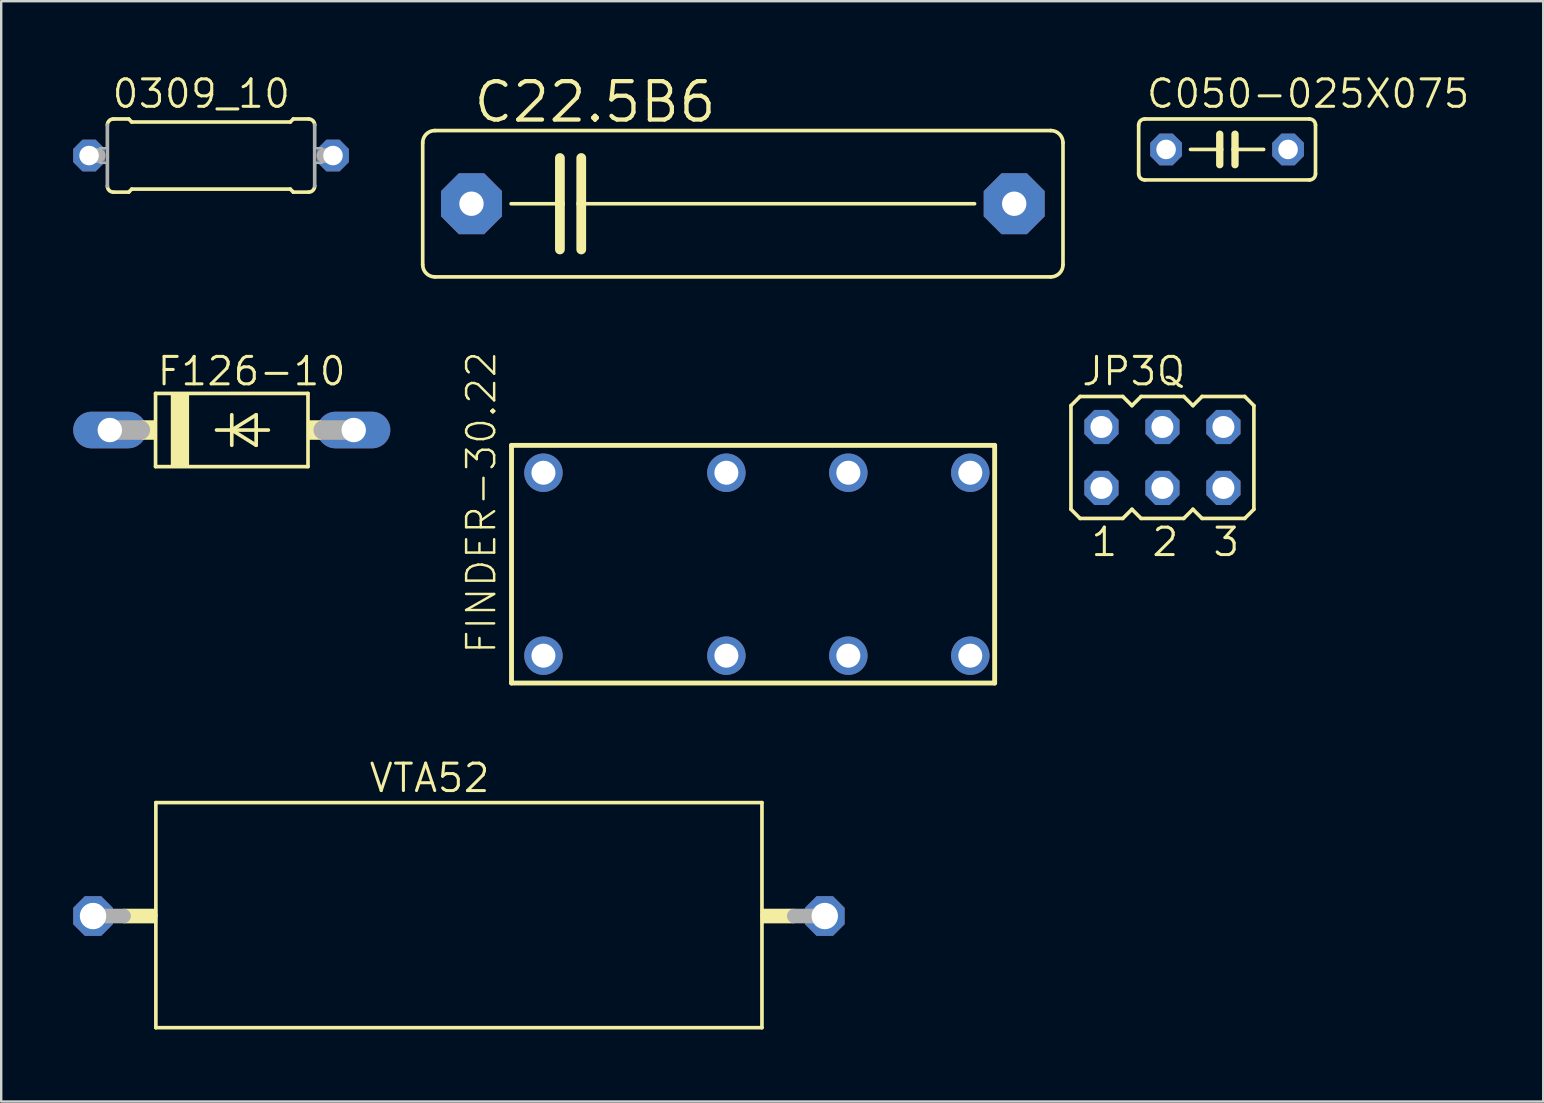
<source format=kicad_pcb>
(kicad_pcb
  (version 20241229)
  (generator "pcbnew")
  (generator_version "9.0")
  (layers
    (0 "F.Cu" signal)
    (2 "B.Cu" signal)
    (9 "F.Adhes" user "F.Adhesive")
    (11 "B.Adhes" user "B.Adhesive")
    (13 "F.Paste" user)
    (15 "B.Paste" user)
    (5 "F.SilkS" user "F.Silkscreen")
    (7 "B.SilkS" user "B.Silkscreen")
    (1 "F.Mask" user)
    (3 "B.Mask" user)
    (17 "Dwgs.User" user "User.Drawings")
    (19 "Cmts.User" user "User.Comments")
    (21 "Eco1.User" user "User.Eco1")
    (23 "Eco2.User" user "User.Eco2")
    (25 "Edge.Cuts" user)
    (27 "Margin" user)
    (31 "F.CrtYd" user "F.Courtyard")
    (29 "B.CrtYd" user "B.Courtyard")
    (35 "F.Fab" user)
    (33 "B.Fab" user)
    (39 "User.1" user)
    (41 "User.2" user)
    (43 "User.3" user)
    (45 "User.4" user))
  (footprint "F126-10"
    (layer "F.Cu")
    (at 6.604 14.862)
    (property "Reference" "F126-10" (at -3.175 -1.778 0) (layer "F.SilkS") (effects (font (size 1.143 1.143) (thickness 0.127)) (justify left bottom)))
    (fp_line (start -3.175 -1.524) (end -3.175 1.524) (stroke (width 0.152) (type solid)) (layer "F.SilkS"))
    (fp_line (start -3.175 1.524) (end 3.175 1.524) (stroke (width 0.152) (type solid)) (layer "F.SilkS"))
    (fp_line (start -0.635 0) (end 0 0) (stroke (width 0.152) (type solid)) (layer "F.SilkS"))
    (fp_line (start 0 -0.635) (end 0 0) (stroke (width 0.152) (type solid)) (layer "F.SilkS"))
    (fp_line (start 0 0) (end 0 0.635) (stroke (width 0.152) (type solid)) (layer "F.SilkS"))
    (fp_line (start 0 0) (end 1.016 -0.635) (stroke (width 0.152) (type solid)) (layer "F.SilkS"))
    (fp_line (start 0 0) (end 1.524 0) (stroke (width 0.152) (type solid)) (layer "F.SilkS"))
    (fp_line (start 1.016 -0.635) (end 1.016 0.635) (stroke (width 0.152) (type solid)) (layer "F.SilkS"))
    (fp_line (start 1.016 0.635) (end 0 0) (stroke (width 0.152) (type solid)) (layer "F.SilkS"))
    (fp_line (start 3.175 -1.524) (end -3.175 -1.524) (stroke (width 0.152) (type solid)) (layer "F.SilkS"))
    (fp_line (start 3.175 1.524) (end 3.175 -1.524) (stroke (width 0.152) (type solid)) (layer "F.SilkS"))
    (fp_poly (pts (xy -3.734 0.406) (xy -3.175 0.406) (xy -3.175 -0.406) (xy -3.734 -0.406)) (stroke (width 0) (type solid)) (fill yes) (layer "F.SilkS"))
    (fp_poly (pts (xy -2.54 1.524) (xy -1.778 1.524) (xy -1.778 -1.524) (xy -2.54 -1.524)) (stroke (width 0) (type solid)) (fill yes) (layer "F.SilkS"))
    (fp_poly (pts (xy 3.175 0.406) (xy 3.734 0.406) (xy 3.734 -0.406) (xy 3.175 -0.406)) (stroke (width 0) (type solid)) (fill yes) (layer "F.SilkS"))
    (fp_line (start -5.08 0) (end -3.81 0) (stroke (width 0.813) (type solid)) (layer "F.Fab"))
    (fp_line (start 5.08 0) (end 3.81 0) (stroke (width 0.813) (type solid)) (layer "F.Fab"))
    (pad "A" thru_hole oval (at 5.08 0) (size 3.048 1.524) (drill 1.016) (layers "*.Cu" "*.Mask"))
    (pad "C" thru_hole oval (at -5.08 0) (size 3.048 1.524) (drill 1.016) (layers "*.Cu" "*.Mask")))
  (footprint "FINDER-30.22"
    (layer "F.Cu")
    (at 28.476 20.451)
    (property "Reference" "FINDER-30.22" (at -10.795 3.81 90) (layer "F.SilkS") (effects (font (size 1.168 1.168) (thickness 0.102)) (justify left bottom)))
    (fp_line (start -10.22 -4.95) (end 9.905 -4.95) (stroke (width 0.203) (type solid)) (layer "F.SilkS"))
    (fp_line (start -10.22 4.95) (end -10.22 -4.95) (stroke (width 0.203) (type solid)) (layer "F.SilkS"))
    (fp_line (start 9.905 -4.95) (end 9.905 4.95) (stroke (width 0.203) (type solid)) (layer "F.SilkS"))
    (fp_line (start 9.905 4.95) (end -10.22 4.95) (stroke (width 0.203) (type solid)) (layer "F.SilkS"))
    (pad "11" thru_hole circle (at -1.27 3.81) (size 1.6 1.6) (drill 1) (layers "*.Cu" "*.Mask"))
    (pad "12" thru_hole circle (at 3.81 3.81) (size 1.6 1.6) (drill 1) (layers "*.Cu" "*.Mask"))
    (pad "14" thru_hole circle (at 8.89 3.81) (size 1.6 1.6) (drill 1) (layers "*.Cu" "*.Mask"))
    (pad "21" thru_hole circle (at -1.27 -3.81) (size 1.6 1.6) (drill 1) (layers "*.Cu" "*.Mask"))
    (pad "22" thru_hole circle (at 3.81 -3.81) (size 1.6 1.6) (drill 1) (layers "*.Cu" "*.Mask"))
    (pad "24" thru_hole circle (at 8.89 -3.81) (size 1.6 1.6) (drill 1) (layers "*.Cu" "*.Mask"))
    (pad "A1" thru_hole circle (at -8.89 3.81) (size 1.6 1.6) (drill 1) (layers "*.Cu" "*.Mask"))
    (pad "A2" thru_hole circle (at -8.89 -3.81) (size 1.6 1.6) (drill 1) (layers "*.Cu" "*.Mask")))
  (footprint "C050-025X075"
    (layer "F.Cu")
    (at 48.062 3.175)
    (property "Reference" "C050-025X075" (at -3.429 -1.651 0) (layer "F.SilkS") (effects (font (size 1.143 1.143) (thickness 0.127)) (justify left bottom)))
    (fp_line (start -3.683 -1.016) (end -3.683 1.016) (stroke (width 0.152) (type solid)) (layer "F.SilkS"))
    (fp_line (start -3.429 1.27) (end 3.429 1.27) (stroke (width 0.152) (type solid)) (layer "F.SilkS"))
    (fp_line (start -0.305 -0.635) (end -0.305 0) (stroke (width 0.305) (type solid)) (layer "F.SilkS"))
    (fp_line (start -0.305 0) (end -1.524 0) (stroke (width 0.152) (type solid)) (layer "F.SilkS"))
    (fp_line (start -0.305 0) (end -0.305 0.635) (stroke (width 0.305) (type solid)) (layer "F.SilkS"))
    (fp_line (start 0.33 -0.635) (end 0.33 0) (stroke (width 0.305) (type solid)) (layer "F.SilkS"))
    (fp_line (start 0.33 0) (end 0.33 0.635) (stroke (width 0.305) (type solid)) (layer "F.SilkS"))
    (fp_line (start 0.33 0) (end 1.524 0) (stroke (width 0.152) (type solid)) (layer "F.SilkS"))
    (fp_line (start 3.429 -1.27) (end -3.429 -1.27) (stroke (width 0.152) (type solid)) (layer "F.SilkS"))
    (fp_line (start 3.683 1.016) (end 3.683 -1.016) (stroke (width 0.152) (type solid)) (layer "F.SilkS"))
    (fp_arc (start -3.683 -1.016) (mid -3.608605 -1.195605) (end -3.429 -1.27) (stroke (width 0.1524) (type solid)) (layer "F.SilkS"))
    (fp_arc (start -3.429 1.27) (mid -3.608605 1.195605) (end -3.683 1.016) (stroke (width 0.1524) (type solid)) (layer "F.SilkS"))
    (fp_arc (start 3.429 -1.27) (mid 3.608605 -1.195605) (end 3.683 -1.016) (stroke (width 0.1524) (type solid)) (layer "F.SilkS"))
    (fp_arc (start 3.683 1.016) (mid 3.608605 1.195605) (end 3.429 1.27) (stroke (width 0.1524) (type solid)) (layer "F.SilkS"))
    (pad "1" thru_hole roundrect (at -2.54 0) (size 1.321 1.321) (drill 0.813) (layers "*.Cu" "*.Mask") (roundrect_rratio 0.25) (chamfer_ratio 0.293) (chamfer top_left top_right bottom_left bottom_right))
    (pad "2" thru_hole roundrect (at 2.54 0) (size 1.321 1.321) (drill 0.813) (layers "*.Cu" "*.Mask") (roundrect_rratio 0.25) (chamfer_ratio 0.293) (chamfer top_left top_right bottom_left bottom_right)))
  (footprint "VTA52"
    (layer "F.Cu")
    (at 16.065 35.106)
    (property "Reference" "VTA52" (at -3.81 -5.08 0) (layer "F.SilkS") (effects (font (size 1.143 1.143) (thickness 0.127)) (justify left bottom)))
    (fp_line (start -12.623 -4.725) (end -12.623 -0.025) (stroke (width 0.152) (type solid)) (layer "F.SilkS"))
    (fp_line (start -12.623 -0.025) (end -12.623 4.65) (stroke (width 0.152) (type solid)) (layer "F.SilkS"))
    (fp_line (start -12.623 4.65) (end 12.623 4.65) (stroke (width 0.152) (type solid)) (layer "F.SilkS"))
    (fp_line (start 12.623 -4.725) (end -12.623 -4.725) (stroke (width 0.152) (type solid)) (layer "F.SilkS"))
    (fp_line (start 12.623 -0.025) (end 12.623 -4.725) (stroke (width 0.152) (type solid)) (layer "F.SilkS"))
    (fp_line (start 12.623 4.65) (end 12.623 -0.025) (stroke (width 0.152) (type solid)) (layer "F.SilkS"))
    (fp_poly (pts (xy -13.97 0.305) (xy -12.568 0.305) (xy -12.568 -0.305) (xy -13.97 -0.305)) (stroke (width 0) (type solid)) (fill yes) (layer "F.SilkS"))
    (fp_poly (pts (xy 12.568 0.305) (xy 13.97 0.305) (xy 13.97 -0.305) (xy 12.568 -0.305)) (stroke (width 0) (type solid)) (fill yes) (layer "F.SilkS"))
    (fp_line (start -15.24 0) (end -13.97 0) (stroke (width 0.61) (type solid)) (layer "F.Fab"))
    (fp_line (start 13.97 0) (end 15.24 0) (stroke (width 0.61) (type solid)) (layer "F.Fab"))
    (pad "1" thru_hole roundrect (at -15.24 0) (size 1.65 1.65) (drill 1.1) (layers "*.Cu" "*.Mask") (roundrect_rratio 0.25) (chamfer_ratio 0.293) (chamfer top_left top_right bottom_left bottom_right))
    (pad "2" thru_hole roundrect (at 15.24 0) (size 1.65 1.65) (drill 1.1) (layers "*.Cu" "*.Mask") (roundrect_rratio 0.25) (chamfer_ratio 0.293) (chamfer top_left top_right bottom_left bottom_right)))
  (footprint "C22.5B6"
    (layer "F.Cu")
    (at 27.892 5.436)
    (property "Reference" "C22.5B6" (at -11.303 -3.302 0) (layer "F.SilkS") (effects (font (size 1.6 1.6) (thickness 0.178)) (justify left bottom)))
    (fp_line (start -13.335 2.54) (end -13.335 -2.54) (stroke (width 0.152) (type solid)) (layer "F.SilkS"))
    (fp_line (start -12.827 -3.048) (end 12.827 -3.048) (stroke (width 0.152) (type solid)) (layer "F.SilkS"))
    (fp_line (start -9.652 0) (end -7.62 0) (stroke (width 0.152) (type solid)) (layer "F.SilkS"))
    (fp_line (start -7.62 -1.905) (end -7.62 0) (stroke (width 0.406) (type solid)) (layer "F.SilkS"))
    (fp_line (start -7.62 0) (end -7.62 1.905) (stroke (width 0.406) (type solid)) (layer "F.SilkS"))
    (fp_line (start -6.731 -1.905) (end -6.731 0) (stroke (width 0.406) (type solid)) (layer "F.SilkS"))
    (fp_line (start -6.731 0) (end -6.731 1.905) (stroke (width 0.406) (type solid)) (layer "F.SilkS"))
    (fp_line (start -6.731 0) (end 9.652 0) (stroke (width 0.152) (type solid)) (layer "F.SilkS"))
    (fp_line (start 12.827 3.048) (end -12.827 3.048) (stroke (width 0.152) (type solid)) (layer "F.SilkS"))
    (fp_line (start 13.335 -2.54) (end 13.335 2.54) (stroke (width 0.152) (type solid)) (layer "F.SilkS"))
    (fp_arc (start -13.335 -2.54) (mid -13.18621 -2.89921) (end -12.827 -3.048) (stroke (width 0.1524) (type solid)) (layer "F.SilkS"))
    (fp_arc (start -12.827 3.048) (mid -13.18621 2.89921) (end -13.335 2.54) (stroke (width 0.1524) (type solid)) (layer "F.SilkS"))
    (fp_arc (start 12.827 -3.048) (mid 13.18621 -2.89921) (end 13.335 -2.54) (stroke (width 0.1524) (type solid)) (layer "F.SilkS"))
    (fp_arc (start 13.335 2.54) (mid 13.18621 2.89921) (end 12.827 3.048) (stroke (width 0.1524) (type solid)) (layer "F.SilkS"))
    (pad "1" thru_hole roundrect (at -11.303 0) (size 2.54 2.54) (drill 1.016) (layers "*.Cu" "*.Mask") (roundrect_rratio 0.25) (chamfer_ratio 0.293) (chamfer top_left top_right bottom_left bottom_right))
    (pad "2" thru_hole roundrect (at 11.303 0) (size 2.54 2.54) (drill 1.016) (layers "*.Cu" "*.Mask") (roundrect_rratio 0.25) (chamfer_ratio 0.293) (chamfer top_left top_right bottom_left bottom_right)))
  (footprint "JP3Q"
    (layer "F.Cu")
    (at 45.369 16.005)
    (property "Reference" "JP3Q" (at -3.429 -2.921 0) (layer "F.SilkS") (effects (font (size 1.143 1.143) (thickness 0.127)) (justify left bottom)))
    (fp_line (start -3.81 -2.159) (end -3.429 -2.54) (stroke (width 0.152) (type solid)) (layer "F.SilkS"))
    (fp_line (start -3.81 2.159) (end -3.81 -2.159) (stroke (width 0.152) (type solid)) (layer "F.SilkS"))
    (fp_line (start -3.81 2.159) (end -3.429 2.54) (stroke (width 0.152) (type solid)) (layer "F.SilkS"))
    (fp_line (start -3.429 -2.54) (end -1.651 -2.54) (stroke (width 0.152) (type solid)) (layer "F.SilkS"))
    (fp_line (start -3.429 2.54) (end -1.651 2.54) (stroke (width 0.152) (type solid)) (layer "F.SilkS"))
    (fp_line (start -1.651 -2.54) (end -1.27 -2.159) (stroke (width 0.152) (type solid)) (layer "F.SilkS"))
    (fp_line (start -1.27 -2.159) (end -0.889 -2.54) (stroke (width 0.152) (type solid)) (layer "F.SilkS"))
    (fp_line (start -1.27 2.159) (end -1.651 2.54) (stroke (width 0.152) (type solid)) (layer "F.SilkS"))
    (fp_line (start -1.27 2.159) (end -0.889 2.54) (stroke (width 0.152) (type solid)) (layer "F.SilkS"))
    (fp_line (start -0.889 -2.54) (end 0.889 -2.54) (stroke (width 0.152) (type solid)) (layer "F.SilkS"))
    (fp_line (start 0.889 2.54) (end -0.889 2.54) (stroke (width 0.152) (type solid)) (layer "F.SilkS"))
    (fp_line (start 1.27 -2.159) (end 0.889 -2.54) (stroke (width 0.152) (type solid)) (layer "F.SilkS"))
    (fp_line (start 1.27 -2.159) (end 1.651 -2.54) (stroke (width 0.152) (type solid)) (layer "F.SilkS"))
    (fp_line (start 1.27 2.159) (end 0.889 2.54) (stroke (width 0.152) (type solid)) (layer "F.SilkS"))
    (fp_line (start 1.27 2.159) (end 1.651 2.54) (stroke (width 0.152) (type solid)) (layer "F.SilkS"))
    (fp_line (start 1.651 -2.54) (end 3.429 -2.54) (stroke (width 0.152) (type solid)) (layer "F.SilkS"))
    (fp_line (start 3.429 2.54) (end 1.651 2.54) (stroke (width 0.152) (type solid)) (layer "F.SilkS"))
    (fp_line (start 3.429 2.54) (end 3.81 2.159) (stroke (width 0.152) (type solid)) (layer "F.SilkS"))
    (fp_line (start 3.81 -2.159) (end 3.429 -2.54) (stroke (width 0.152) (type solid)) (layer "F.SilkS"))
    (fp_line (start 3.81 -2.159) (end 3.81 2.159) (stroke (width 0.152) (type solid)) (layer "F.SilkS"))
    (fp_poly (pts (xy -2.845 -0.965) (xy -2.235 -0.965) (xy -2.235 -1.575) (xy -2.845 -1.575)) (stroke (width 0.1) (type solid)) (fill no) (layer "F.Fab"))
    (fp_poly (pts (xy -2.845 1.575) (xy -2.235 1.575) (xy -2.235 0.965) (xy -2.845 0.965)) (stroke (width 0.1) (type solid)) (fill no) (layer "F.Fab"))
    (fp_poly (pts (xy -0.305 -0.965) (xy 0.305 -0.965) (xy 0.305 -1.575) (xy -0.305 -1.575)) (stroke (width 0.1) (type solid)) (fill no) (layer "F.Fab"))
    (fp_poly (pts (xy -0.305 1.575) (xy 0.305 1.575) (xy 0.305 0.965) (xy -0.305 0.965)) (stroke (width 0.1) (type solid)) (fill no) (layer "F.Fab"))
    (fp_poly (pts (xy 2.235 -0.965) (xy 2.845 -0.965) (xy 2.845 -1.575) (xy 2.235 -1.575)) (stroke (width 0.1) (type solid)) (fill no) (layer "F.Fab"))
    (fp_poly (pts (xy 2.235 1.575) (xy 2.845 1.575) (xy 2.845 0.965) (xy 2.235 0.965)) (stroke (width 0.1) (type solid)) (fill no) (layer "F.Fab"))
    (fp_text user "2" (at -0.508 4.191 0) (layer "F.SilkS") (effects (font (size 1.143 1.143) (thickness 0.127)) (justify left bottom)))
    (fp_text user "3" (at 2.032 4.191 0) (layer "F.SilkS") (effects (font (size 1.143 1.143) (thickness 0.127)) (justify left bottom)))
    (fp_text user "1" (at -3.048 4.191 0) (layer "F.SilkS") (effects (font (size 1.143 1.143) (thickness 0.127)) (justify left bottom)))
    (pad "1" thru_hole roundrect (at -2.54 1.27) (size 1.422 1.422) (drill 0.914) (layers "*.Cu" "*.Mask") (roundrect_rratio 0.25) (chamfer_ratio 0.293) (chamfer top_left top_right bottom_left bottom_right))
    (pad "2" thru_hole roundrect (at -2.54 -1.27) (size 1.422 1.422) (drill 0.914) (layers "*.Cu" "*.Mask") (roundrect_rratio 0.25) (chamfer_ratio 0.293) (chamfer top_left top_right bottom_left bottom_right))
    (pad "3" thru_hole roundrect (at 0 1.27) (size 1.422 1.422) (drill 0.914) (layers "*.Cu" "*.Mask") (roundrect_rratio 0.25) (chamfer_ratio 0.293) (chamfer top_left top_right bottom_left bottom_right))
    (pad "4" thru_hole roundrect (at 0 -1.27) (size 1.422 1.422) (drill 0.914) (layers "*.Cu" "*.Mask") (roundrect_rratio 0.25) (chamfer_ratio 0.293) (chamfer top_left top_right bottom_left bottom_right))
    (pad "5" thru_hole roundrect (at 2.54 1.27) (size 1.422 1.422) (drill 0.914) (layers "*.Cu" "*.Mask") (roundrect_rratio 0.25) (chamfer_ratio 0.293) (chamfer top_left top_right bottom_left bottom_right))
    (pad "6" thru_hole roundrect (at 2.54 -1.27) (size 1.422 1.422) (drill 0.914) (layers "*.Cu" "*.Mask") (roundrect_rratio 0.25) (chamfer_ratio 0.293) (chamfer top_left top_right bottom_left bottom_right)))
  (footprint "0309_10"
    (layer "F.Cu")
    (at 5.74 3.429)
    (property "Reference" "0309_10" (at -4.191 -1.905 0) (layer "F.SilkS") (effects (font (size 1.143 1.143) (thickness 0.127)) (justify left bottom)))
    (fp_line (start -4.064 -1.524) (end -3.429 -1.524) (stroke (width 0.152) (type solid)) (layer "F.SilkS"))
    (fp_line (start -4.064 1.524) (end -3.429 1.524) (stroke (width 0.152) (type solid)) (layer "F.SilkS"))
    (fp_line (start -3.302 -1.397) (end -3.429 -1.524) (stroke (width 0.152) (type solid)) (layer "F.SilkS"))
    (fp_line (start -3.302 1.397) (end -3.429 1.524) (stroke (width 0.152) (type solid)) (layer "F.SilkS"))
    (fp_line (start 3.302 -1.397) (end -3.302 -1.397) (stroke (width 0.152) (type solid)) (layer "F.SilkS"))
    (fp_line (start 3.302 -1.397) (end 3.429 -1.524) (stroke (width 0.152) (type solid)) (layer "F.SilkS"))
    (fp_line (start 3.302 1.397) (end -3.302 1.397) (stroke (width 0.152) (type solid)) (layer "F.SilkS"))
    (fp_line (start 3.302 1.397) (end 3.429 1.524) (stroke (width 0.152) (type solid)) (layer "F.SilkS"))
    (fp_line (start 4.064 -1.524) (end 3.429 -1.524) (stroke (width 0.152) (type solid)) (layer "F.SilkS"))
    (fp_line (start 4.064 1.524) (end 3.429 1.524) (stroke (width 0.152) (type solid)) (layer "F.SilkS"))
    (fp_arc (start -4.318 -1.27) (mid -4.243605 -1.449605) (end -4.064 -1.524) (stroke (width 0.1524) (type solid)) (layer "F.SilkS"))
    (fp_arc (start -4.064 1.524) (mid -4.243605 1.449605) (end -4.318 1.27) (stroke (width 0.1524) (type solid)) (layer "F.SilkS"))
    (fp_arc (start 4.064 -1.524) (mid 4.243605 -1.449605) (end 4.318 -1.27) (stroke (width 0.1524) (type solid)) (layer "F.SilkS"))
    (fp_arc (start 4.318 1.27) (mid 4.243605 1.449605) (end 4.064 1.524) (stroke (width 0.1524) (type solid)) (layer "F.SilkS"))
    (fp_line (start -4.699 0) (end -5.08 0) (stroke (width 0.61) (type solid)) (layer "F.Fab"))
    (fp_line (start -4.318 1.27) (end -4.318 -1.27) (stroke (width 0.152) (type solid)) (layer "F.Fab"))
    (fp_line (start 4.318 1.27) (end 4.318 -1.27) (stroke (width 0.152) (type solid)) (layer "F.Fab"))
    (fp_line (start 5.08 0) (end 4.699 0) (stroke (width 0.61) (type solid)) (layer "F.Fab"))
    (fp_poly (pts (xy -4.623 0.305) (xy -4.318 0.305) (xy -4.318 -0.305) (xy -4.623 -0.305)) (stroke (width 0.1) (type solid)) (fill no) (layer "F.Fab"))
    (fp_poly (pts (xy 4.318 0.305) (xy 4.623 0.305) (xy 4.623 -0.305) (xy 4.318 -0.305)) (stroke (width 0.1) (type solid)) (fill no) (layer "F.Fab"))
    (pad "1" thru_hole roundrect (at -5.08 0) (size 1.321 1.321) (drill 0.813) (layers "*.Cu" "*.Mask") (roundrect_rratio 0.25) (chamfer_ratio 0.293) (chamfer top_left top_right bottom_left bottom_right))
    (pad "2" thru_hole roundrect (at 5.08 0) (size 1.321 1.321) (drill 0.813) (layers "*.Cu" "*.Mask") (roundrect_rratio 0.25) (chamfer_ratio 0.293) (chamfer top_left top_right bottom_left bottom_right)))
  (gr_rect
    (start -3 -3)
    (end 61.23 42.833)
    (stroke (width 0.1) (type default))
    (fill no)
    (layer "Edge.Cuts")))
</source>
